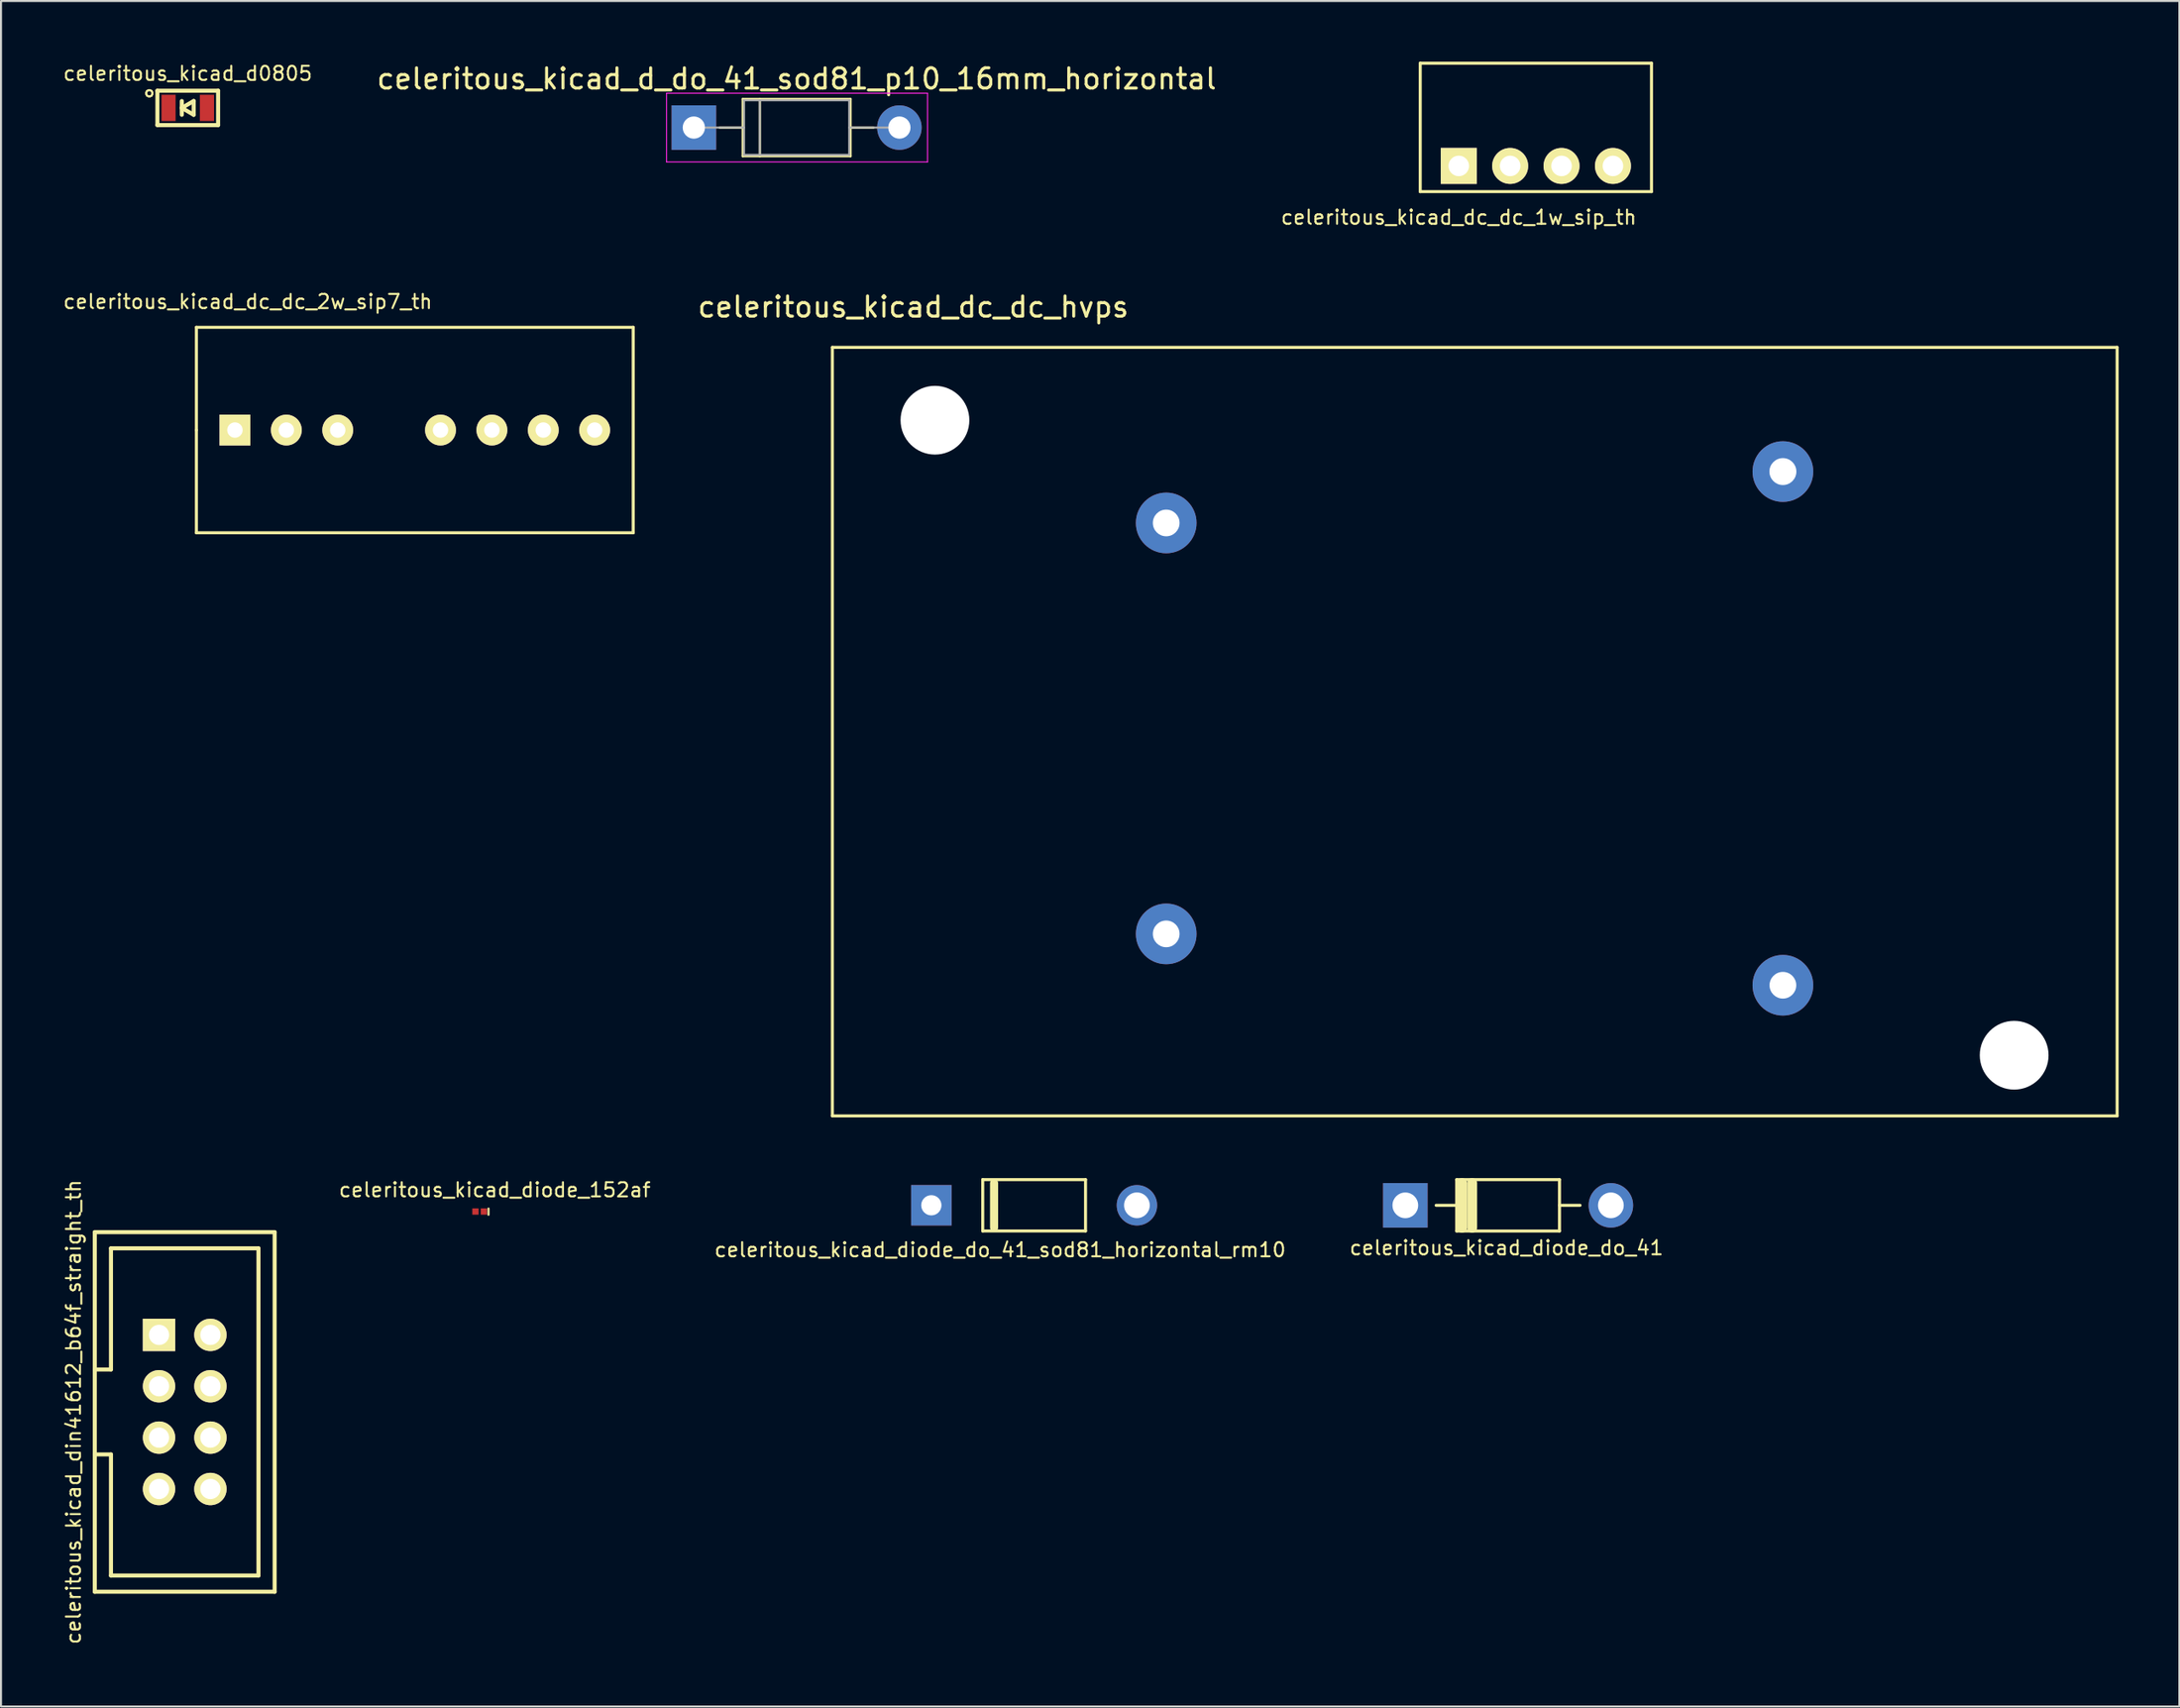
<source format=kicad_pcb>
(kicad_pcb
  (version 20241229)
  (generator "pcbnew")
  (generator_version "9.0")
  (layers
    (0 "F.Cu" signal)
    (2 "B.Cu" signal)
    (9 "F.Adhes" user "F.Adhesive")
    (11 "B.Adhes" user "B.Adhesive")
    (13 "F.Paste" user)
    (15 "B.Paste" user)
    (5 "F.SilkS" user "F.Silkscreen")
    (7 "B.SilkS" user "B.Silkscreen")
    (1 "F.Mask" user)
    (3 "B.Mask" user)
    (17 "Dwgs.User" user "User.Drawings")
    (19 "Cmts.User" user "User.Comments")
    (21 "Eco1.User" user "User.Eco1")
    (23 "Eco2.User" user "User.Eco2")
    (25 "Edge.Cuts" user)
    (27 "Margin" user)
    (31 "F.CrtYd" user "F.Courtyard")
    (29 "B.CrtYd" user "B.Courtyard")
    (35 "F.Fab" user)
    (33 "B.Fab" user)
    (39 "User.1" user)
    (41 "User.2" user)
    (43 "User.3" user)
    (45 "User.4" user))
  (footprint "celeritous_kicad_d_do_41_sod81_p10_16mm_horizontal"
    (layer "F.Cu")
    (at 31.243 3.258)
    (property "Reference" "celeritous_kicad_d_do_41_sod81_p10_16mm_horizontal" (at 5.08 -2.41 0) (layer "F.SilkS") (effects (font (size 1 1) (thickness 0.15))))
    (attr through_hole)
    (fp_line (start 1.28 0) (end 2.42 0) (stroke (width 0.12) (type solid)) (layer "F.SilkS"))
    (fp_line (start 2.42 -1.41) (end 2.42 1.41) (stroke (width 0.12) (type solid)) (layer "F.SilkS"))
    (fp_line (start 2.42 1.41) (end 7.74 1.41) (stroke (width 0.12) (type solid)) (layer "F.SilkS"))
    (fp_line (start 3.26 -1.41) (end 3.26 1.41) (stroke (width 0.12) (type solid)) (layer "F.SilkS"))
    (fp_line (start 7.74 -1.41) (end 2.42 -1.41) (stroke (width 0.12) (type solid)) (layer "F.SilkS"))
    (fp_line (start 7.74 1.41) (end 7.74 -1.41) (stroke (width 0.12) (type solid)) (layer "F.SilkS"))
    (fp_line (start 8.88 0) (end 7.74 0) (stroke (width 0.12) (type solid)) (layer "F.SilkS"))
    (fp_line (start -1.35 -1.7) (end -1.35 1.7) (stroke (width 0.05) (type solid)) (layer "F.CrtYd"))
    (fp_line (start -1.35 1.7) (end 11.55 1.7) (stroke (width 0.05) (type solid)) (layer "F.CrtYd"))
    (fp_line (start 11.55 -1.7) (end -1.35 -1.7) (stroke (width 0.05) (type solid)) (layer "F.CrtYd"))
    (fp_line (start 11.55 1.7) (end 11.55 -1.7) (stroke (width 0.05) (type solid)) (layer "F.CrtYd"))
    (fp_line (start 0 0) (end 2.48 0) (stroke (width 0.1) (type solid)) (layer "F.Fab"))
    (fp_line (start 2.48 -1.35) (end 2.48 1.35) (stroke (width 0.1) (type solid)) (layer "F.Fab"))
    (fp_line (start 2.48 1.35) (end 7.68 1.35) (stroke (width 0.1) (type solid)) (layer "F.Fab"))
    (fp_line (start 3.26 -1.35) (end 3.26 1.35) (stroke (width 0.1) (type solid)) (layer "F.Fab"))
    (fp_line (start 7.68 -1.35) (end 2.48 -1.35) (stroke (width 0.1) (type solid)) (layer "F.Fab"))
    (fp_line (start 7.68 1.35) (end 7.68 -1.35) (stroke (width 0.1) (type solid)) (layer "F.Fab"))
    (fp_line (start 10.16 0) (end 7.68 0) (stroke (width 0.1) (type solid)) (layer "F.Fab"))
    (pad "A" thru_hole oval (at 10.16 0) (size 2.2 2.2) (drill 1.1) (layers "*.Cu" "*.Mask"))
    (pad "K" thru_hole rect (at 0 0) (size 2.2 2.2) (drill 1.1) (layers "*.Cu" "*.Mask")))
  (footprint "celeritous_kicad_diode_do_41"
    (layer "F.Cu")
    (at 66.408 56.553)
    (property "Reference" "celeritous_kicad_diode_do_41" (at 5 2.1 0) (layer "F.SilkS") (effects (font (size 0.7 0.7) (thickness 0.1))))
    (attr through_hole)
    (fp_line (start 2.54 -1.273) (end 7.62 -1.273) (stroke (width 0.15) (type solid)) (layer "F.SilkS"))
    (fp_line (start 2.54 1.267) (end 2.54 -1.273) (stroke (width 0.15) (type solid)) (layer "F.SilkS"))
    (fp_line (start 2.794 -0.003) (end 1.524 -0.003) (stroke (width 0.15) (type solid)) (layer "F.SilkS"))
    (fp_line (start 2.8 -1.1) (end 2.8 1.1) (stroke (width 0.5) (type solid)) (layer "F.SilkS"))
    (fp_line (start 3.3 -1.1) (end 3.3 1.1) (stroke (width 0.5) (type solid)) (layer "F.SilkS"))
    (fp_line (start 7.62 -1.273) (end 7.62 1.267) (stroke (width 0.15) (type solid)) (layer "F.SilkS"))
    (fp_line (start 7.62 -0.003) (end 8.636 -0.003) (stroke (width 0.15) (type solid)) (layer "F.SilkS"))
    (fp_line (start 7.62 1.267) (end 2.54 1.267) (stroke (width 0.15) (type solid)) (layer "F.SilkS"))
    (pad "A" thru_hole circle (at 10.16 -0.003 180) (size 2.2 2.2) (drill 1.27) (layers "*.Cu" "*.Mask"))
    (pad "K" thru_hole rect (at 0 -0.003 180) (size 2.2 2.2) (drill 1.27) (layers "*.Cu" "*.Mask")))
  (footprint "celeritous_kicad_diode_do_41_sod81_horizontal_rm10"
    (layer "F.Cu")
    (at 42.982 56.551)
    (property "Reference" "celeritous_kicad_diode_do_41_sod81_horizontal_rm10" (at 3.4 2.2 0) (layer "F.SilkS") (effects (font (size 0.7 0.7) (thickness 0.1))))
    (attr through_hole)
    (fp_line (start 2.54 -1.273) (end 7.62 -1.273) (stroke (width 0.15) (type solid)) (layer "F.SilkS"))
    (fp_line (start 2.54 1.267) (end 2.54 -1.273) (stroke (width 0.15) (type solid)) (layer "F.SilkS"))
    (fp_line (start 3.1 -1.1) (end 3.1 1.1) (stroke (width 0.4) (type solid)) (layer "F.SilkS"))
    (fp_line (start 7.62 -1.273) (end 7.62 1.267) (stroke (width 0.15) (type solid)) (layer "F.SilkS"))
    (fp_line (start 7.62 1.267) (end 2.54 1.267) (stroke (width 0.15) (type solid)) (layer "F.SilkS"))
    (pad "A" thru_hole circle (at 10.16 -0.003 180) (size 1.999 1.999) (drill 1.27) (layers "*.Cu" "*.Mask"))
    (pad "K" thru_hole rect (at 0 -0.003 180) (size 1.999 1.999) (drill 1.001) (layers "*.Cu" "*.Mask")))
  (footprint "celeritous_kicad_dc_dc_2w_sip7_th"
    (layer "F.Cu")
    (at 8.562 18.215)
    (property "Reference" "celeritous_kicad_dc_dc_2w_sip7_th" (at 0.635 -6.35 0) (layer "F.SilkS") (effects (font (size 0.7 0.7) (thickness 0.1))))
    (attr through_hole)
    (fp_line (start -1.905 -5.08) (end 19.685 -5.08) (stroke (width 0.15) (type solid)) (layer "F.SilkS"))
    (fp_line (start -1.905 0) (end -1.905 -5.08) (stroke (width 0.15) (type solid)) (layer "F.SilkS"))
    (fp_line (start -1.905 5.08) (end -1.905 0) (stroke (width 0.15) (type solid)) (layer "F.SilkS"))
    (fp_line (start 19.685 -5.08) (end 19.685 5.08) (stroke (width 0.15) (type solid)) (layer "F.SilkS"))
    (fp_line (start 19.685 5.08) (end -1.905 5.08) (stroke (width 0.15) (type solid)) (layer "F.SilkS"))
    (pad "1" thru_hole rect (at 0 0) (size 1.524 1.524) (drill 0.762) (layers "*.Cu" "*.Mask" "F.SilkS"))
    (pad "2" thru_hole circle (at 2.54 0) (size 1.524 1.524) (drill 0.762) (layers "*.Cu" "*.Mask" "F.SilkS"))
    (pad "3" thru_hole circle (at 5.08 0) (size 1.524 1.524) (drill 0.762) (layers "*.Cu" "*.Mask" "F.SilkS"))
    (pad "4" thru_hole circle (at 10.16 0) (size 1.524 1.524) (drill 0.762) (layers "*.Cu" "*.Mask" "F.SilkS"))
    (pad "5" thru_hole circle (at 12.7 0) (size 1.524 1.524) (drill 0.762) (layers "*.Cu" "*.Mask" "F.SilkS"))
    (pad "6" thru_hole circle (at 15.24 0) (size 1.524 1.524) (drill 0.762) (layers "*.Cu" "*.Mask" "F.SilkS"))
    (pad "7" thru_hole circle (at 17.78 0) (size 1.524 1.524) (drill 0.762) (layers "*.Cu" "*.Mask" "F.SilkS")))
  (footprint "celeritous_kicad_d0805"
    (layer "F.Cu")
    (at 6.23 2.285)
    (property "Reference" "celeritous_kicad_d0805" (at 0 -1.7 0) (layer "F.SilkS") (effects (font (size 0.7 0.7) (thickness 0.1))))
    (attr smd)
    (fp_line (start -1.5 -0.85) (end 1.5 -0.85) (stroke (width 0.2) (type solid)) (layer "F.SilkS"))
    (fp_line (start -1.5 0.85) (end -1.5 -0.85) (stroke (width 0.2) (type solid)) (layer "F.SilkS"))
    (fp_line (start -0.294 -0.34) (end -0.294 0.34) (stroke (width 0.2) (type solid)) (layer "F.SilkS"))
    (fp_line (start -0.294 0) (end 0.294 -0.34) (stroke (width 0.2) (type solid)) (layer "F.SilkS"))
    (fp_line (start 0.294 -0.34) (end 0.294 0.34) (stroke (width 0.2) (type solid)) (layer "F.SilkS"))
    (fp_line (start 0.294 0.34) (end -0.294 0) (stroke (width 0.2) (type solid)) (layer "F.SilkS"))
    (fp_line (start 1.5 -0.85) (end 1.5 0.85) (stroke (width 0.2) (type solid)) (layer "F.SilkS"))
    (fp_line (start 1.5 0.85) (end -1.5 0.85) (stroke (width 0.2) (type solid)) (layer "F.SilkS"))
    (fp_text user "○" (at -1.9 -0.75 0) (layer "F.SilkS") (effects (font (size 0.4 0.4) (thickness 0.1))))
    (pad "A" smd rect (at 0.95 0) (size 0.7 1.3) (layers "F.Cu" "F.Mask" "F.Paste"))
    (pad "K" smd rect (at -0.95 0) (size 0.7 1.3) (layers "F.Cu" "F.Mask" "F.Paste")))
  (footprint "celeritous_kicad_dc_dc_hvps"
    (layer "F.Cu")
    (at 54.59 43.128)
    (property "Reference" "celeritous_kicad_dc_dc_hvps" (at -12.5 -31 0) (layer "F.SilkS") (effects (font (size 1 1) (thickness 0.15))))
    (attr through_hole)
    (fp_line (start -16.5 -29) (end 47 -29) (stroke (width 0.15) (type solid)) (layer "F.SilkS"))
    (fp_line (start -16.5 9) (end -16.5 -29) (stroke (width 0.15) (type solid)) (layer "F.SilkS"))
    (fp_line (start 47 -29) (end 47 9) (stroke (width 0.15) (type solid)) (layer "F.SilkS"))
    (fp_line (start 47 9) (end -16.5 9) (stroke (width 0.15) (type solid)) (layer "F.SilkS"))
    (pad "" np_thru_hole circle (at -11.43 -25.4) (size 3.4 3.4) (drill 3.4) (layers "*.Cu" "*.Mask"))
    (pad "" np_thru_hole circle (at 41.91 6) (size 3.4 3.4) (drill 3.4) (layers "*.Cu" "*.Mask"))
    (pad "1" thru_hole circle (at 0 0) (size 3 3) (drill 1.32) (layers "*.Cu" "*.Mask"))
    (pad "2" thru_hole circle (at 0 -20.32) (size 3 3) (drill 1.32) (layers "*.Cu" "*.Mask"))
    (pad "3" thru_hole circle (at 30.48 -22.86) (size 3 3) (drill 1.332) (layers "*.Cu" "*.Mask"))
    (pad "4" thru_hole circle (at 30.48 2.54) (size 3 3) (drill 1.32) (layers "*.Cu" "*.Mask")))
  (footprint "celeritous_kicad_din41612_b64f_straight_th"
    (layer "F.Cu")
    (at 6.08 66.767)
    (property "Reference" "celeritous_kicad_din41612_b64f_straight_th" (at -5.495 0 90) (layer "F.SilkS") (effects (font (size 0.7 0.7) (thickness 0.1))))
    (attr through_hole)
    (fp_line (start -4.445 -8.89) (end -4.445 8.89) (stroke (width 0.2) (type solid)) (layer "F.SilkS"))
    (fp_line (start -4.445 -8.89) (end 4.445 -8.89) (stroke (width 0.2) (type solid)) (layer "F.SilkS"))
    (fp_line (start -4.445 -2.1) (end -3.645 -2.1) (stroke (width 0.2) (type solid)) (layer "F.SilkS"))
    (fp_line (start -4.445 2.1) (end -3.645 2.1) (stroke (width 0.2) (type solid)) (layer "F.SilkS"))
    (fp_line (start -4.445 8.89) (end 4.445 8.89) (stroke (width 0.2) (type solid)) (layer "F.SilkS"))
    (fp_line (start -3.645 -8.09) (end -3.645 -2.1) (stroke (width 0.2) (type solid)) (layer "F.SilkS"))
    (fp_line (start -3.645 -8.09) (end 3.645 -8.09) (stroke (width 0.2) (type solid)) (layer "F.SilkS"))
    (fp_line (start -3.645 8.09) (end -3.645 2.1) (stroke (width 0.2) (type solid)) (layer "F.SilkS"))
    (fp_line (start -3.645 8.09) (end 3.645 8.09) (stroke (width 0.2) (type solid)) (layer "F.SilkS"))
    (fp_line (start 3.645 -8.09) (end 3.645 8.09) (stroke (width 0.2) (type solid)) (layer "F.SilkS"))
    (fp_line (start 4.445 -8.89) (end 4.445 8.89) (stroke (width 0.2) (type solid)) (layer "F.SilkS"))
    (pad "1" thru_hole rect (at -1.27 -3.81) (size 1.6 1.6) (drill 1) (layers "*.Cu" "*.Mask" "F.SilkS"))
    (pad "2" thru_hole circle (at 1.27 -3.81) (size 1.6 1.6) (drill 1) (layers "*.Cu" "*.Mask" "F.SilkS"))
    (pad "3" thru_hole circle (at -1.27 -1.27) (size 1.6 1.6) (drill 1) (layers "*.Cu" "*.Mask" "F.SilkS"))
    (pad "4" thru_hole circle (at 1.27 -1.27) (size 1.6 1.6) (drill 1) (layers "*.Cu" "*.Mask" "F.SilkS"))
    (pad "5" thru_hole circle (at -1.27 1.27) (size 1.6 1.6) (drill 1) (layers "*.Cu" "*.Mask" "F.SilkS"))
    (pad "6" thru_hole circle (at 1.27 1.27) (size 1.6 1.6) (drill 1) (layers "*.Cu" "*.Mask" "F.SilkS"))
    (pad "7" thru_hole circle (at -1.27 3.81) (size 1.6 1.6) (drill 1) (layers "*.Cu" "*.Mask" "F.SilkS"))
    (pad "8" thru_hole circle (at 1.27 3.81) (size 1.6 1.6) (drill 1) (layers "*.Cu" "*.Mask" "F.SilkS")))
  (footprint "celeritous_kicad_diode_152af"
    (layer "F.Cu")
    (at 20.665 56.858)
    (property "Reference" "celeritous_kicad_diode_152af" (at 0.74 -1.07 0) (layer "F.SilkS") (effects (font (size 0.7 0.7) (thickness 0.1))))
    (attr through_hole)
    (fp_line (start 0.43 -0.15) (end 0.43 0.16) (stroke (width 0.1) (type solid)) (layer "F.SilkS"))
    (pad "A" smd rect (at -0.215 0) (size 0.31 0.31) (layers "F.Cu" "F.Mask" "F.Paste"))
    (pad "K" smd rect (at 0.2 0) (size 0.31 0.31) (layers "F.Cu" "F.Mask" "F.Paste")))
  (footprint "celeritous_kicad_dc_dc_1w_sip_th"
    (layer "F.Cu")
    (at 69.05 5.155)
    (property "Reference" "celeritous_kicad_dc_dc_1w_sip_th" (at 0 2.54 0) (layer "F.SilkS") (effects (font (size 0.7 0.7) (thickness 0.1))))
    (attr through_hole)
    (fp_line (start -1.905 -5.08) (end -1.905 1.27) (stroke (width 0.15) (type solid)) (layer "F.SilkS"))
    (fp_line (start -1.905 1.27) (end 9.525 1.27) (stroke (width 0.15) (type solid)) (layer "F.SilkS"))
    (fp_line (start 9.525 -5.08) (end -1.905 -5.08) (stroke (width 0.15) (type solid)) (layer "F.SilkS"))
    (fp_line (start 9.525 1.27) (end 9.525 -5.08) (stroke (width 0.15) (type solid)) (layer "F.SilkS"))
    (pad "1" thru_hole rect (at 0 0) (size 1.778 1.778) (drill 1.016) (layers "*.Cu" "*.Mask" "F.SilkS"))
    (pad "2" thru_hole circle (at 2.54 0) (size 1.778 1.778) (drill 1.016) (layers "*.Cu" "*.Mask" "F.SilkS"))
    (pad "3" thru_hole circle (at 5.08 0) (size 1.778 1.778) (drill 1.016) (layers "*.Cu" "*.Mask" "F.SilkS"))
    (pad "4" thru_hole circle (at 7.62 0) (size 1.778 1.778) (drill 1.016) (layers "*.Cu" "*.Mask" "F.SilkS")))
  (gr_rect
    (start -3 -3)
    (end 104.665 81.33)
    (stroke (width 0.1) (type default))
    (fill no)
    (layer "Edge.Cuts")))
</source>
